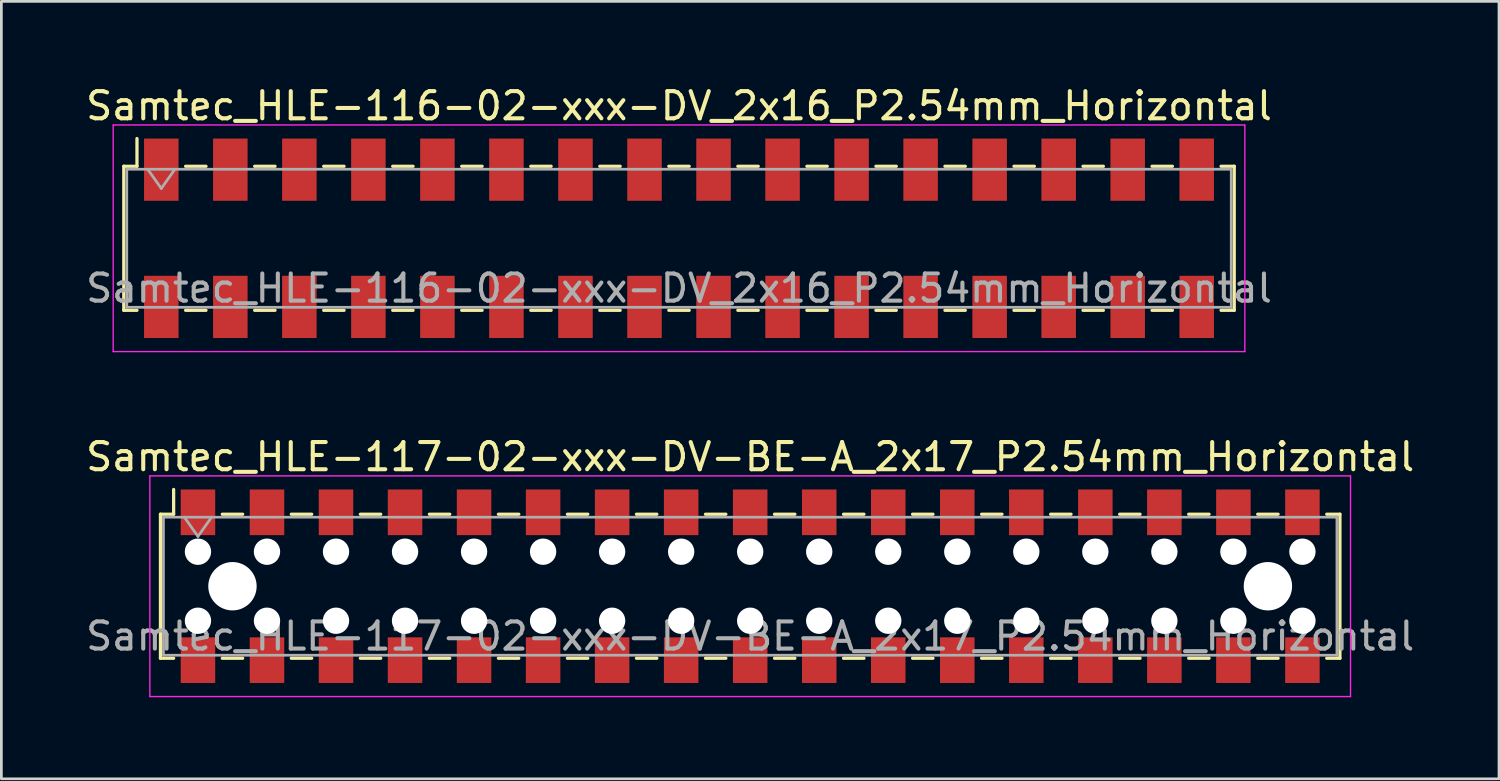
<source format=kicad_pcb>
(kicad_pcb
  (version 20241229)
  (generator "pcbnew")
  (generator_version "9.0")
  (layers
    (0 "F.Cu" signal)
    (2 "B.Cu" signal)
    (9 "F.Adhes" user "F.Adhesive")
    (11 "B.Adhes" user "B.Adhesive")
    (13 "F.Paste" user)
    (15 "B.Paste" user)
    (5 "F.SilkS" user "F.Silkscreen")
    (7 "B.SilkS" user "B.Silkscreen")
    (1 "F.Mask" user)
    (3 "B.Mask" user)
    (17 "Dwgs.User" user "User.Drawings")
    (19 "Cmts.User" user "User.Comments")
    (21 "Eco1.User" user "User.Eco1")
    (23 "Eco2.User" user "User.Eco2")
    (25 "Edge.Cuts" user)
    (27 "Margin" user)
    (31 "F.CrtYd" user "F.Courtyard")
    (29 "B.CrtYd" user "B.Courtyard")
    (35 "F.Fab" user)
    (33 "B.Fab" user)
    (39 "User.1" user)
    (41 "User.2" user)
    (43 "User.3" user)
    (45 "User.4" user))
  (footprint "Samtec_HLE-117-02-xxx-DV-BE-A_2x17_P2.54mm_Horizontal"
    (layer "F.Cu")
    (at 24.554 18.521)
    (property "Reference" "Samtec_HLE-117-02-xxx-DV-BE-A_2x17_P2.54mm_Horizontal" (at 0 -4.76 0) (layer "F.SilkS") (effects (font (size 1 1) (thickness 0.15))))
    (attr smd)
    (fp_line (start -21.7 -2.65) (end -21.7 2.65) (stroke (width 0.12) (type solid)) (layer "F.SilkS"))
    (fp_line (start -21.7 2.65) (end -21.215 2.65) (stroke (width 0.12) (type solid)) (layer "F.SilkS"))
    (fp_line (start -21.215 -3.56) (end -21.215 -2.65) (stroke (width 0.12) (type solid)) (layer "F.SilkS"))
    (fp_line (start -21.215 -2.65) (end -21.7 -2.65) (stroke (width 0.12) (type solid)) (layer "F.SilkS"))
    (fp_line (start -19.425 -2.65) (end -18.675 -2.65) (stroke (width 0.12) (type solid)) (layer "F.SilkS"))
    (fp_line (start -19.425 2.65) (end -18.675 2.65) (stroke (width 0.12) (type solid)) (layer "F.SilkS"))
    (fp_line (start -16.885 -2.65) (end -16.135 -2.65) (stroke (width 0.12) (type solid)) (layer "F.SilkS"))
    (fp_line (start -16.885 2.65) (end -16.135 2.65) (stroke (width 0.12) (type solid)) (layer "F.SilkS"))
    (fp_line (start -14.345 -2.65) (end -13.595 -2.65) (stroke (width 0.12) (type solid)) (layer "F.SilkS"))
    (fp_line (start -14.345 2.65) (end -13.595 2.65) (stroke (width 0.12) (type solid)) (layer "F.SilkS"))
    (fp_line (start -11.805 -2.65) (end -11.055 -2.65) (stroke (width 0.12) (type solid)) (layer "F.SilkS"))
    (fp_line (start -11.805 2.65) (end -11.055 2.65) (stroke (width 0.12) (type solid)) (layer "F.SilkS"))
    (fp_line (start -9.265 -2.65) (end -8.515 -2.65) (stroke (width 0.12) (type solid)) (layer "F.SilkS"))
    (fp_line (start -9.265 2.65) (end -8.515 2.65) (stroke (width 0.12) (type solid)) (layer "F.SilkS"))
    (fp_line (start -6.725 -2.65) (end -5.975 -2.65) (stroke (width 0.12) (type solid)) (layer "F.SilkS"))
    (fp_line (start -6.725 2.65) (end -5.975 2.65) (stroke (width 0.12) (type solid)) (layer "F.SilkS"))
    (fp_line (start -4.185 -2.65) (end -3.435 -2.65) (stroke (width 0.12) (type solid)) (layer "F.SilkS"))
    (fp_line (start -4.185 2.65) (end -3.435 2.65) (stroke (width 0.12) (type solid)) (layer "F.SilkS"))
    (fp_line (start -1.645 -2.65) (end -0.895 -2.65) (stroke (width 0.12) (type solid)) (layer "F.SilkS"))
    (fp_line (start -1.645 2.65) (end -0.895 2.65) (stroke (width 0.12) (type solid)) (layer "F.SilkS"))
    (fp_line (start 0.895 -2.65) (end 1.645 -2.65) (stroke (width 0.12) (type solid)) (layer "F.SilkS"))
    (fp_line (start 0.895 2.65) (end 1.645 2.65) (stroke (width 0.12) (type solid)) (layer "F.SilkS"))
    (fp_line (start 3.435 -2.65) (end 4.185 -2.65) (stroke (width 0.12) (type solid)) (layer "F.SilkS"))
    (fp_line (start 3.435 2.65) (end 4.185 2.65) (stroke (width 0.12) (type solid)) (layer "F.SilkS"))
    (fp_line (start 5.975 -2.65) (end 6.725 -2.65) (stroke (width 0.12) (type solid)) (layer "F.SilkS"))
    (fp_line (start 5.975 2.65) (end 6.725 2.65) (stroke (width 0.12) (type solid)) (layer "F.SilkS"))
    (fp_line (start 8.515 -2.65) (end 9.265 -2.65) (stroke (width 0.12) (type solid)) (layer "F.SilkS"))
    (fp_line (start 8.515 2.65) (end 9.265 2.65) (stroke (width 0.12) (type solid)) (layer "F.SilkS"))
    (fp_line (start 11.055 -2.65) (end 11.805 -2.65) (stroke (width 0.12) (type solid)) (layer "F.SilkS"))
    (fp_line (start 11.055 2.65) (end 11.805 2.65) (stroke (width 0.12) (type solid)) (layer "F.SilkS"))
    (fp_line (start 13.595 -2.65) (end 14.345 -2.65) (stroke (width 0.12) (type solid)) (layer "F.SilkS"))
    (fp_line (start 13.595 2.65) (end 14.345 2.65) (stroke (width 0.12) (type solid)) (layer "F.SilkS"))
    (fp_line (start 16.135 -2.65) (end 16.885 -2.65) (stroke (width 0.12) (type solid)) (layer "F.SilkS"))
    (fp_line (start 16.135 2.65) (end 16.885 2.65) (stroke (width 0.12) (type solid)) (layer "F.SilkS"))
    (fp_line (start 18.675 -2.65) (end 19.425 -2.65) (stroke (width 0.12) (type solid)) (layer "F.SilkS"))
    (fp_line (start 18.675 2.65) (end 19.425 2.65) (stroke (width 0.12) (type solid)) (layer "F.SilkS"))
    (fp_line (start 21.215 -2.65) (end 21.7 -2.65) (stroke (width 0.12) (type solid)) (layer "F.SilkS"))
    (fp_line (start 21.7 -2.65) (end 21.7 2.65) (stroke (width 0.12) (type solid)) (layer "F.SilkS"))
    (fp_line (start 21.7 2.65) (end 21.215 2.65) (stroke (width 0.12) (type solid)) (layer "F.SilkS"))
    (fp_line (start -22.09 -4.06) (end 22.09 -4.06) (stroke (width 0.05) (type solid)) (layer "F.CrtYd"))
    (fp_line (start -22.09 4.06) (end -22.09 -4.06) (stroke (width 0.05) (type solid)) (layer "F.CrtYd"))
    (fp_line (start 22.09 -4.06) (end 22.09 4.06) (stroke (width 0.05) (type solid)) (layer "F.CrtYd"))
    (fp_line (start 22.09 4.06) (end -22.09 4.06) (stroke (width 0.05) (type solid)) (layer "F.CrtYd"))
    (fp_line (start -21.59 -2.54) (end 21.59 -2.54) (stroke (width 0.1) (type solid)) (layer "F.Fab"))
    (fp_line (start -21.59 2.54) (end -21.59 -2.54) (stroke (width 0.1) (type solid)) (layer "F.Fab"))
    (fp_line (start -20.82 -2.54) (end -20.32 -1.833) (stroke (width 0.1) (type solid)) (layer "F.Fab"))
    (fp_line (start -20.32 -1.833) (end -19.82 -2.54) (stroke (width 0.1) (type solid)) (layer "F.Fab"))
    (fp_line (start 21.59 -2.54) (end 21.59 2.54) (stroke (width 0.1) (type solid)) (layer "F.Fab"))
    (fp_line (start 21.59 2.54) (end -21.59 2.54) (stroke (width 0.1) (type solid)) (layer "F.Fab"))
    (fp_text user "${REFERENCE}" (at 0 1.84 0) (layer "F.Fab") (effects (font (size 1 1) (thickness 0.15))))
    (pad "" np_thru_hole circle (at -20.32 -1.27) (size 0.97 0.97) (drill 0.97) (layers "*.Cu" "*.Mask"))
    (pad "" np_thru_hole circle (at -20.32 1.27) (size 0.97 0.97) (drill 0.97) (layers "*.Cu" "*.Mask"))
    (pad "" np_thru_hole circle (at -19.05 0) (size 1.78 1.78) (drill 1.78) (layers "*.Cu" "*.Mask"))
    (pad "" np_thru_hole circle (at -17.78 -1.27) (size 0.97 0.97) (drill 0.97) (layers "*.Cu" "*.Mask"))
    (pad "" np_thru_hole circle (at -17.78 1.27) (size 0.97 0.97) (drill 0.97) (layers "*.Cu" "*.Mask"))
    (pad "" np_thru_hole circle (at -15.24 -1.27) (size 0.97 0.97) (drill 0.97) (layers "*.Cu" "*.Mask"))
    (pad "" np_thru_hole circle (at -15.24 1.27) (size 0.97 0.97) (drill 0.97) (layers "*.Cu" "*.Mask"))
    (pad "" np_thru_hole circle (at -12.7 -1.27) (size 0.97 0.97) (drill 0.97) (layers "*.Cu" "*.Mask"))
    (pad "" np_thru_hole circle (at -12.7 1.27) (size 0.97 0.97) (drill 0.97) (layers "*.Cu" "*.Mask"))
    (pad "" np_thru_hole circle (at -10.16 -1.27) (size 0.97 0.97) (drill 0.97) (layers "*.Cu" "*.Mask"))
    (pad "" np_thru_hole circle (at -10.16 1.27) (size 0.97 0.97) (drill 0.97) (layers "*.Cu" "*.Mask"))
    (pad "" np_thru_hole circle (at -7.62 -1.27) (size 0.97 0.97) (drill 0.97) (layers "*.Cu" "*.Mask"))
    (pad "" np_thru_hole circle (at -7.62 1.27) (size 0.97 0.97) (drill 0.97) (layers "*.Cu" "*.Mask"))
    (pad "" np_thru_hole circle (at -5.08 -1.27) (size 0.97 0.97) (drill 0.97) (layers "*.Cu" "*.Mask"))
    (pad "" np_thru_hole circle (at -5.08 1.27) (size 0.97 0.97) (drill 0.97) (layers "*.Cu" "*.Mask"))
    (pad "" np_thru_hole circle (at -2.54 -1.27) (size 0.97 0.97) (drill 0.97) (layers "*.Cu" "*.Mask"))
    (pad "" np_thru_hole circle (at -2.54 1.27) (size 0.97 0.97) (drill 0.97) (layers "*.Cu" "*.Mask"))
    (pad "" np_thru_hole circle (at 0 -1.27) (size 0.97 0.97) (drill 0.97) (layers "*.Cu" "*.Mask"))
    (pad "" np_thru_hole circle (at 0 1.27) (size 0.97 0.97) (drill 0.97) (layers "*.Cu" "*.Mask"))
    (pad "" np_thru_hole circle (at 2.54 -1.27) (size 0.97 0.97) (drill 0.97) (layers "*.Cu" "*.Mask"))
    (pad "" np_thru_hole circle (at 2.54 1.27) (size 0.97 0.97) (drill 0.97) (layers "*.Cu" "*.Mask"))
    (pad "" np_thru_hole circle (at 5.08 -1.27) (size 0.97 0.97) (drill 0.97) (layers "*.Cu" "*.Mask"))
    (pad "" np_thru_hole circle (at 5.08 1.27) (size 0.97 0.97) (drill 0.97) (layers "*.Cu" "*.Mask"))
    (pad "" np_thru_hole circle (at 7.62 -1.27) (size 0.97 0.97) (drill 0.97) (layers "*.Cu" "*.Mask"))
    (pad "" np_thru_hole circle (at 7.62 1.27) (size 0.97 0.97) (drill 0.97) (layers "*.Cu" "*.Mask"))
    (pad "" np_thru_hole circle (at 10.16 -1.27) (size 0.97 0.97) (drill 0.97) (layers "*.Cu" "*.Mask"))
    (pad "" np_thru_hole circle (at 10.16 1.27) (size 0.97 0.97) (drill 0.97) (layers "*.Cu" "*.Mask"))
    (pad "" np_thru_hole circle (at 12.7 -1.27) (size 0.97 0.97) (drill 0.97) (layers "*.Cu" "*.Mask"))
    (pad "" np_thru_hole circle (at 12.7 1.27) (size 0.97 0.97) (drill 0.97) (layers "*.Cu" "*.Mask"))
    (pad "" np_thru_hole circle (at 15.24 -1.27) (size 0.97 0.97) (drill 0.97) (layers "*.Cu" "*.Mask"))
    (pad "" np_thru_hole circle (at 15.24 1.27) (size 0.97 0.97) (drill 0.97) (layers "*.Cu" "*.Mask"))
    (pad "" np_thru_hole circle (at 17.78 -1.27) (size 0.97 0.97) (drill 0.97) (layers "*.Cu" "*.Mask"))
    (pad "" np_thru_hole circle (at 17.78 1.27) (size 0.97 0.97) (drill 0.97) (layers "*.Cu" "*.Mask"))
    (pad "" np_thru_hole circle (at 19.05 0) (size 1.78 1.78) (drill 1.78) (layers "*.Cu" "*.Mask"))
    (pad "" np_thru_hole circle (at 20.32 -1.27) (size 0.97 0.97) (drill 0.97) (layers "*.Cu" "*.Mask"))
    (pad "" np_thru_hole circle (at 20.32 1.27) (size 0.97 0.97) (drill 0.97) (layers "*.Cu" "*.Mask"))
    (pad "1" smd rect (at -20.32 -2.72) (size 1.27 1.68) (layers "F.Cu" "F.Mask" "F.Paste"))
    (pad "2" smd rect (at -20.32 2.72) (size 1.27 1.68) (layers "F.Cu" "F.Mask" "F.Paste"))
    (pad "3" smd rect (at -17.78 -2.72) (size 1.27 1.68) (layers "F.Cu" "F.Mask" "F.Paste"))
    (pad "4" smd rect (at -17.78 2.72) (size 1.27 1.68) (layers "F.Cu" "F.Mask" "F.Paste"))
    (pad "5" smd rect (at -15.24 -2.72) (size 1.27 1.68) (layers "F.Cu" "F.Mask" "F.Paste"))
    (pad "6" smd rect (at -15.24 2.72) (size 1.27 1.68) (layers "F.Cu" "F.Mask" "F.Paste"))
    (pad "7" smd rect (at -12.7 -2.72) (size 1.27 1.68) (layers "F.Cu" "F.Mask" "F.Paste"))
    (pad "8" smd rect (at -12.7 2.72) (size 1.27 1.68) (layers "F.Cu" "F.Mask" "F.Paste"))
    (pad "9" smd rect (at -10.16 -2.72) (size 1.27 1.68) (layers "F.Cu" "F.Mask" "F.Paste"))
    (pad "10" smd rect (at -10.16 2.72) (size 1.27 1.68) (layers "F.Cu" "F.Mask" "F.Paste"))
    (pad "11" smd rect (at -7.62 -2.72) (size 1.27 1.68) (layers "F.Cu" "F.Mask" "F.Paste"))
    (pad "12" smd rect (at -7.62 2.72) (size 1.27 1.68) (layers "F.Cu" "F.Mask" "F.Paste"))
    (pad "13" smd rect (at -5.08 -2.72) (size 1.27 1.68) (layers "F.Cu" "F.Mask" "F.Paste"))
    (pad "14" smd rect (at -5.08 2.72) (size 1.27 1.68) (layers "F.Cu" "F.Mask" "F.Paste"))
    (pad "15" smd rect (at -2.54 -2.72) (size 1.27 1.68) (layers "F.Cu" "F.Mask" "F.Paste"))
    (pad "16" smd rect (at -2.54 2.72) (size 1.27 1.68) (layers "F.Cu" "F.Mask" "F.Paste"))
    (pad "17" smd rect (at 0 -2.72) (size 1.27 1.68) (layers "F.Cu" "F.Mask" "F.Paste"))
    (pad "18" smd rect (at 0 2.72) (size 1.27 1.68) (layers "F.Cu" "F.Mask" "F.Paste"))
    (pad "19" smd rect (at 2.54 -2.72) (size 1.27 1.68) (layers "F.Cu" "F.Mask" "F.Paste"))
    (pad "20" smd rect (at 2.54 2.72) (size 1.27 1.68) (layers "F.Cu" "F.Mask" "F.Paste"))
    (pad "21" smd rect (at 5.08 -2.72) (size 1.27 1.68) (layers "F.Cu" "F.Mask" "F.Paste"))
    (pad "22" smd rect (at 5.08 2.72) (size 1.27 1.68) (layers "F.Cu" "F.Mask" "F.Paste"))
    (pad "23" smd rect (at 7.62 -2.72) (size 1.27 1.68) (layers "F.Cu" "F.Mask" "F.Paste"))
    (pad "24" smd rect (at 7.62 2.72) (size 1.27 1.68) (layers "F.Cu" "F.Mask" "F.Paste"))
    (pad "25" smd rect (at 10.16 -2.72) (size 1.27 1.68) (layers "F.Cu" "F.Mask" "F.Paste"))
    (pad "26" smd rect (at 10.16 2.72) (size 1.27 1.68) (layers "F.Cu" "F.Mask" "F.Paste"))
    (pad "27" smd rect (at 12.7 -2.72) (size 1.27 1.68) (layers "F.Cu" "F.Mask" "F.Paste"))
    (pad "28" smd rect (at 12.7 2.72) (size 1.27 1.68) (layers "F.Cu" "F.Mask" "F.Paste"))
    (pad "29" smd rect (at 15.24 -2.72) (size 1.27 1.68) (layers "F.Cu" "F.Mask" "F.Paste"))
    (pad "30" smd rect (at 15.24 2.72) (size 1.27 1.68) (layers "F.Cu" "F.Mask" "F.Paste"))
    (pad "31" smd rect (at 17.78 -2.72) (size 1.27 1.68) (layers "F.Cu" "F.Mask" "F.Paste"))
    (pad "32" smd rect (at 17.78 2.72) (size 1.27 1.68) (layers "F.Cu" "F.Mask" "F.Paste"))
    (pad "33" smd rect (at 20.32 -2.72) (size 1.27 1.68) (layers "F.Cu" "F.Mask" "F.Paste"))
    (pad "34" smd rect (at 20.32 2.72) (size 1.27 1.68) (layers "F.Cu" "F.Mask" "F.Paste")))
  (footprint "Samtec_HLE-116-02-xxx-DV_2x16_P2.54mm_Horizontal"
    (layer "F.Cu")
    (at 21.935 5.718)
    (property "Reference" "Samtec_HLE-116-02-xxx-DV_2x16_P2.54mm_Horizontal" (at 0 -4.87 0) (layer "F.SilkS") (effects (font (size 1 1) (thickness 0.15))))
    (attr smd)
    (fp_line (start -20.43 -2.65) (end -20.43 2.65) (stroke (width 0.12) (type solid)) (layer "F.SilkS"))
    (fp_line (start -20.43 2.65) (end -19.945 2.65) (stroke (width 0.12) (type solid)) (layer "F.SilkS"))
    (fp_line (start -19.945 -3.67) (end -19.945 -2.65) (stroke (width 0.12) (type solid)) (layer "F.SilkS"))
    (fp_line (start -19.945 -2.65) (end -20.43 -2.65) (stroke (width 0.12) (type solid)) (layer "F.SilkS"))
    (fp_line (start -18.155 -2.65) (end -17.405 -2.65) (stroke (width 0.12) (type solid)) (layer "F.SilkS"))
    (fp_line (start -18.155 2.65) (end -17.405 2.65) (stroke (width 0.12) (type solid)) (layer "F.SilkS"))
    (fp_line (start -15.615 -2.65) (end -14.865 -2.65) (stroke (width 0.12) (type solid)) (layer "F.SilkS"))
    (fp_line (start -15.615 2.65) (end -14.865 2.65) (stroke (width 0.12) (type solid)) (layer "F.SilkS"))
    (fp_line (start -13.075 -2.65) (end -12.325 -2.65) (stroke (width 0.12) (type solid)) (layer "F.SilkS"))
    (fp_line (start -13.075 2.65) (end -12.325 2.65) (stroke (width 0.12) (type solid)) (layer "F.SilkS"))
    (fp_line (start -10.535 -2.65) (end -9.785 -2.65) (stroke (width 0.12) (type solid)) (layer "F.SilkS"))
    (fp_line (start -10.535 2.65) (end -9.785 2.65) (stroke (width 0.12) (type solid)) (layer "F.SilkS"))
    (fp_line (start -7.995 -2.65) (end -7.245 -2.65) (stroke (width 0.12) (type solid)) (layer "F.SilkS"))
    (fp_line (start -7.995 2.65) (end -7.245 2.65) (stroke (width 0.12) (type solid)) (layer "F.SilkS"))
    (fp_line (start -5.455 -2.65) (end -4.705 -2.65) (stroke (width 0.12) (type solid)) (layer "F.SilkS"))
    (fp_line (start -5.455 2.65) (end -4.705 2.65) (stroke (width 0.12) (type solid)) (layer "F.SilkS"))
    (fp_line (start -2.915 -2.65) (end -2.165 -2.65) (stroke (width 0.12) (type solid)) (layer "F.SilkS"))
    (fp_line (start -2.915 2.65) (end -2.165 2.65) (stroke (width 0.12) (type solid)) (layer "F.SilkS"))
    (fp_line (start -0.375 -2.65) (end 0.375 -2.65) (stroke (width 0.12) (type solid)) (layer "F.SilkS"))
    (fp_line (start -0.375 2.65) (end 0.375 2.65) (stroke (width 0.12) (type solid)) (layer "F.SilkS"))
    (fp_line (start 2.165 -2.65) (end 2.915 -2.65) (stroke (width 0.12) (type solid)) (layer "F.SilkS"))
    (fp_line (start 2.165 2.65) (end 2.915 2.65) (stroke (width 0.12) (type solid)) (layer "F.SilkS"))
    (fp_line (start 4.705 -2.65) (end 5.455 -2.65) (stroke (width 0.12) (type solid)) (layer "F.SilkS"))
    (fp_line (start 4.705 2.65) (end 5.455 2.65) (stroke (width 0.12) (type solid)) (layer "F.SilkS"))
    (fp_line (start 7.245 -2.65) (end 7.995 -2.65) (stroke (width 0.12) (type solid)) (layer "F.SilkS"))
    (fp_line (start 7.245 2.65) (end 7.995 2.65) (stroke (width 0.12) (type solid)) (layer "F.SilkS"))
    (fp_line (start 9.785 -2.65) (end 10.535 -2.65) (stroke (width 0.12) (type solid)) (layer "F.SilkS"))
    (fp_line (start 9.785 2.65) (end 10.535 2.65) (stroke (width 0.12) (type solid)) (layer "F.SilkS"))
    (fp_line (start 12.325 -2.65) (end 13.075 -2.65) (stroke (width 0.12) (type solid)) (layer "F.SilkS"))
    (fp_line (start 12.325 2.65) (end 13.075 2.65) (stroke (width 0.12) (type solid)) (layer "F.SilkS"))
    (fp_line (start 14.865 -2.65) (end 15.615 -2.65) (stroke (width 0.12) (type solid)) (layer "F.SilkS"))
    (fp_line (start 14.865 2.65) (end 15.615 2.65) (stroke (width 0.12) (type solid)) (layer "F.SilkS"))
    (fp_line (start 17.405 -2.65) (end 18.155 -2.65) (stroke (width 0.12) (type solid)) (layer "F.SilkS"))
    (fp_line (start 17.405 2.65) (end 18.155 2.65) (stroke (width 0.12) (type solid)) (layer "F.SilkS"))
    (fp_line (start 19.945 -2.65) (end 20.43 -2.65) (stroke (width 0.12) (type solid)) (layer "F.SilkS"))
    (fp_line (start 20.43 -2.65) (end 20.43 2.65) (stroke (width 0.12) (type solid)) (layer "F.SilkS"))
    (fp_line (start 20.43 2.65) (end 19.945 2.65) (stroke (width 0.12) (type solid)) (layer "F.SilkS"))
    (fp_line (start -20.82 -4.17) (end 20.82 -4.17) (stroke (width 0.05) (type solid)) (layer "F.CrtYd"))
    (fp_line (start -20.82 4.17) (end -20.82 -4.17) (stroke (width 0.05) (type solid)) (layer "F.CrtYd"))
    (fp_line (start 20.82 -4.17) (end 20.82 4.17) (stroke (width 0.05) (type solid)) (layer "F.CrtYd"))
    (fp_line (start 20.82 4.17) (end -20.82 4.17) (stroke (width 0.05) (type solid)) (layer "F.CrtYd"))
    (fp_line (start -20.32 -2.54) (end 20.32 -2.54) (stroke (width 0.1) (type solid)) (layer "F.Fab"))
    (fp_line (start -20.32 2.54) (end -20.32 -2.54) (stroke (width 0.1) (type solid)) (layer "F.Fab"))
    (fp_line (start -19.55 -2.54) (end -19.05 -1.833) (stroke (width 0.1) (type solid)) (layer "F.Fab"))
    (fp_line (start -19.05 -1.833) (end -18.55 -2.54) (stroke (width 0.1) (type solid)) (layer "F.Fab"))
    (fp_line (start 20.32 -2.54) (end 20.32 2.54) (stroke (width 0.1) (type solid)) (layer "F.Fab"))
    (fp_line (start 20.32 2.54) (end -20.32 2.54) (stroke (width 0.1) (type solid)) (layer "F.Fab"))
    (fp_text user "${REFERENCE}" (at 0 1.84 0) (layer "F.Fab") (effects (font (size 1 1) (thickness 0.15))))
    (pad "1" smd rect (at -19.05 -2.525) (size 1.27 2.29) (layers "F.Cu" "F.Mask" "F.Paste"))
    (pad "2" smd rect (at -19.05 2.525) (size 1.27 2.29) (layers "F.Cu" "F.Mask" "F.Paste"))
    (pad "3" smd rect (at -16.51 -2.525) (size 1.27 2.29) (layers "F.Cu" "F.Mask" "F.Paste"))
    (pad "4" smd rect (at -16.51 2.525) (size 1.27 2.29) (layers "F.Cu" "F.Mask" "F.Paste"))
    (pad "5" smd rect (at -13.97 -2.525) (size 1.27 2.29) (layers "F.Cu" "F.Mask" "F.Paste"))
    (pad "6" smd rect (at -13.97 2.525) (size 1.27 2.29) (layers "F.Cu" "F.Mask" "F.Paste"))
    (pad "7" smd rect (at -11.43 -2.525) (size 1.27 2.29) (layers "F.Cu" "F.Mask" "F.Paste"))
    (pad "8" smd rect (at -11.43 2.525) (size 1.27 2.29) (layers "F.Cu" "F.Mask" "F.Paste"))
    (pad "9" smd rect (at -8.89 -2.525) (size 1.27 2.29) (layers "F.Cu" "F.Mask" "F.Paste"))
    (pad "10" smd rect (at -8.89 2.525) (size 1.27 2.29) (layers "F.Cu" "F.Mask" "F.Paste"))
    (pad "11" smd rect (at -6.35 -2.525) (size 1.27 2.29) (layers "F.Cu" "F.Mask" "F.Paste"))
    (pad "12" smd rect (at -6.35 2.525) (size 1.27 2.29) (layers "F.Cu" "F.Mask" "F.Paste"))
    (pad "13" smd rect (at -3.81 -2.525) (size 1.27 2.29) (layers "F.Cu" "F.Mask" "F.Paste"))
    (pad "14" smd rect (at -3.81 2.525) (size 1.27 2.29) (layers "F.Cu" "F.Mask" "F.Paste"))
    (pad "15" smd rect (at -1.27 -2.525) (size 1.27 2.29) (layers "F.Cu" "F.Mask" "F.Paste"))
    (pad "16" smd rect (at -1.27 2.525) (size 1.27 2.29) (layers "F.Cu" "F.Mask" "F.Paste"))
    (pad "17" smd rect (at 1.27 -2.525) (size 1.27 2.29) (layers "F.Cu" "F.Mask" "F.Paste"))
    (pad "18" smd rect (at 1.27 2.525) (size 1.27 2.29) (layers "F.Cu" "F.Mask" "F.Paste"))
    (pad "19" smd rect (at 3.81 -2.525) (size 1.27 2.29) (layers "F.Cu" "F.Mask" "F.Paste"))
    (pad "20" smd rect (at 3.81 2.525) (size 1.27 2.29) (layers "F.Cu" "F.Mask" "F.Paste"))
    (pad "21" smd rect (at 6.35 -2.525) (size 1.27 2.29) (layers "F.Cu" "F.Mask" "F.Paste"))
    (pad "22" smd rect (at 6.35 2.525) (size 1.27 2.29) (layers "F.Cu" "F.Mask" "F.Paste"))
    (pad "23" smd rect (at 8.89 -2.525) (size 1.27 2.29) (layers "F.Cu" "F.Mask" "F.Paste"))
    (pad "24" smd rect (at 8.89 2.525) (size 1.27 2.29) (layers "F.Cu" "F.Mask" "F.Paste"))
    (pad "25" smd rect (at 11.43 -2.525) (size 1.27 2.29) (layers "F.Cu" "F.Mask" "F.Paste"))
    (pad "26" smd rect (at 11.43 2.525) (size 1.27 2.29) (layers "F.Cu" "F.Mask" "F.Paste"))
    (pad "27" smd rect (at 13.97 -2.525) (size 1.27 2.29) (layers "F.Cu" "F.Mask" "F.Paste"))
    (pad "28" smd rect (at 13.97 2.525) (size 1.27 2.29) (layers "F.Cu" "F.Mask" "F.Paste"))
    (pad "29" smd rect (at 16.51 -2.525) (size 1.27 2.29) (layers "F.Cu" "F.Mask" "F.Paste"))
    (pad "30" smd rect (at 16.51 2.525) (size 1.27 2.29) (layers "F.Cu" "F.Mask" "F.Paste"))
    (pad "31" smd rect (at 19.05 -2.525) (size 1.27 2.29) (layers "F.Cu" "F.Mask" "F.Paste"))
    (pad "32" smd rect (at 19.05 2.525) (size 1.27 2.29) (layers "F.Cu" "F.Mask" "F.Paste")))
  (gr_rect
    (start -3 -3)
    (end 52.107 25.607)
    (stroke (width 0.1) (type default))
    (fill no)
    (layer "Edge.Cuts")))
</source>
